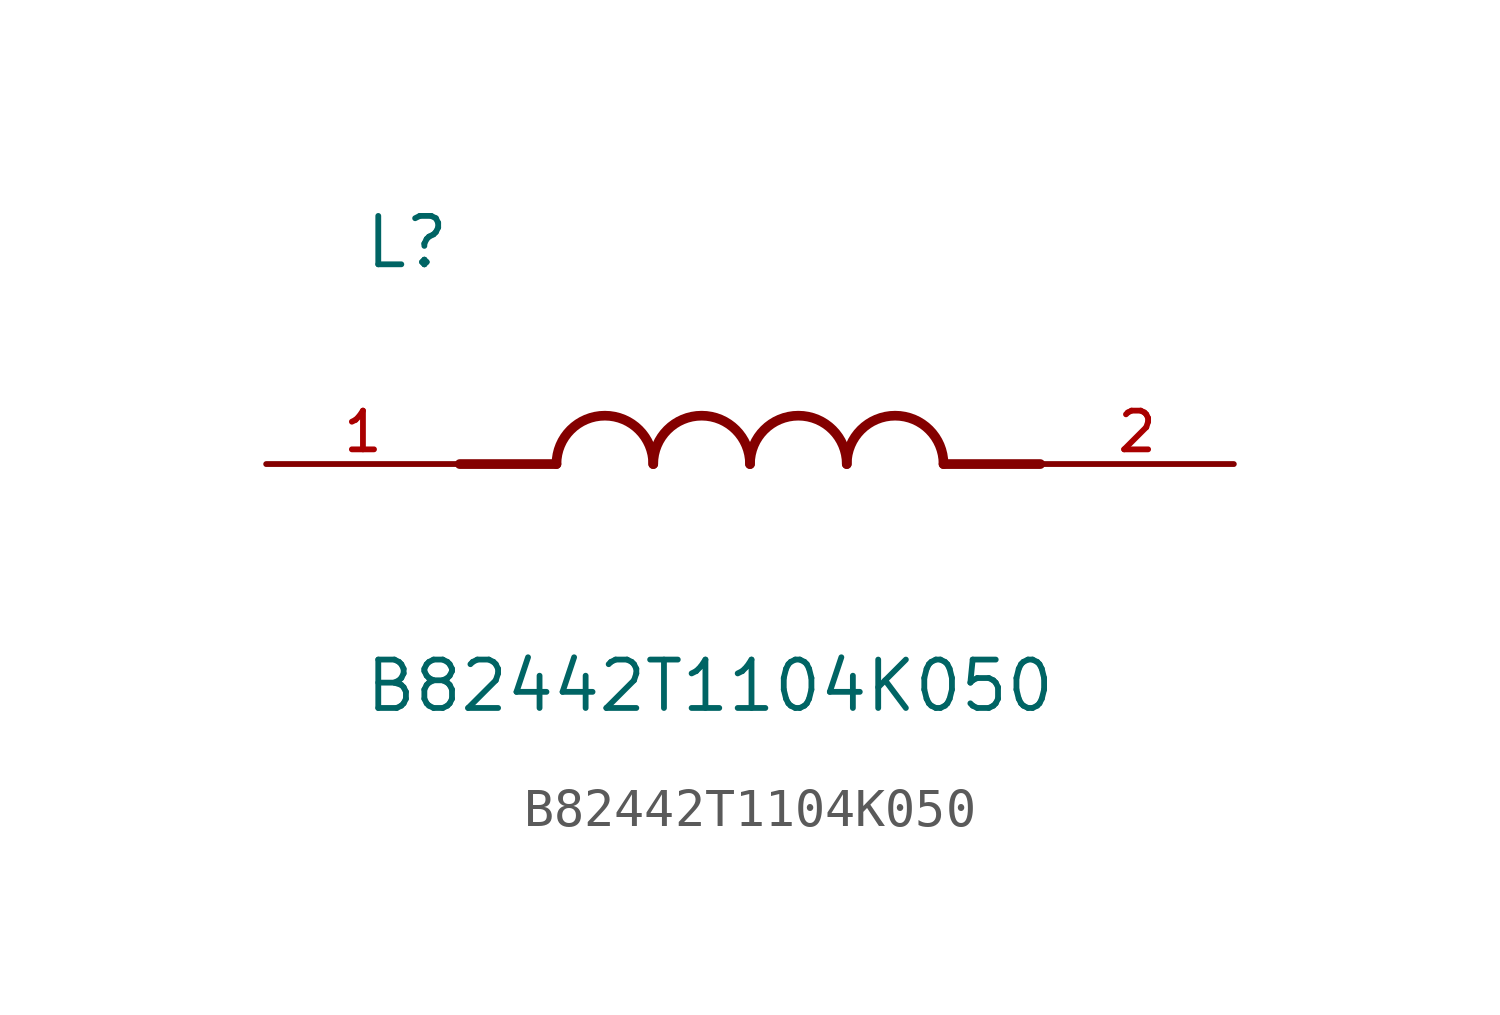
<source format=kicad_sym>
(kicad_symbol_lib
  (version 20211014)
  (generator kicad_symbol_editor)
  (symbol "B82442T1104K050"
    (pin_names
      (offset 1.016))
    (property "Reference" "L"
      (at -10.16 5.08 0)
      (effects (font (size 1.27 1.27)) (justify bottom left)))
    (property "Value" "B82442T1104K050"
      (at -10.16 -5.08 0)
      (effects (font (size 1.27 1.27)) (justify top left)))
    (symbol "B82442T1104K050_0_0"
      (polyline (pts (xy -5.08 0.0) (xy -7.62 0.0)) (stroke (width 0.254)))
      (polyline (pts (xy 5.08 0.0) (xy 7.62 0.0)) (stroke (width 0.254)))
      (arc (start -2.54 0.0) (mid -3.81 1.27) (end -5.08 0.0) (stroke (width 0.254) (type default) (color 0 0 0 0)) (fill (type none)))
      (arc (start 0.0 0.0) (mid -1.27 1.27) (end -2.54 0.0) (stroke (width 0.254) (type default) (color 0 0 0 0)) (fill (type none)))
      (arc (start 2.54 0.0) (mid 1.27 1.27) (end 0.0 0.0) (stroke (width 0.254) (type default) (color 0 0 0 0)) (fill (type none)))
      (arc (start 5.08 0.0) (mid 3.81 1.27) (end 2.54 0.0) (stroke (width 0.254) (type default) (color 0 0 0 0)) (fill (type none)))
      (pin passive line (at -12.7 0.0 0) (length 5.08) (name "~" (effects (font (size 1.016 1.016)))) (number "1" (effects (font (size 1.016 1.016)))))
      (pin passive line (at 12.7 0.0 180.0) (length 5.08) (name "~" (effects (font (size 1.016 1.016)))) (number "2" (effects (font (size 1.016 1.016))))))))
</source>
